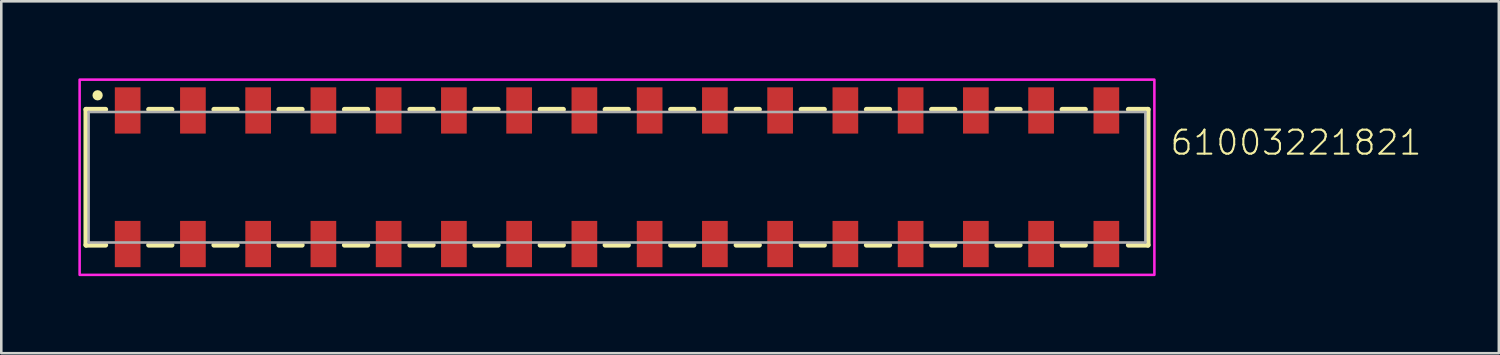
<source format=kicad_pcb>
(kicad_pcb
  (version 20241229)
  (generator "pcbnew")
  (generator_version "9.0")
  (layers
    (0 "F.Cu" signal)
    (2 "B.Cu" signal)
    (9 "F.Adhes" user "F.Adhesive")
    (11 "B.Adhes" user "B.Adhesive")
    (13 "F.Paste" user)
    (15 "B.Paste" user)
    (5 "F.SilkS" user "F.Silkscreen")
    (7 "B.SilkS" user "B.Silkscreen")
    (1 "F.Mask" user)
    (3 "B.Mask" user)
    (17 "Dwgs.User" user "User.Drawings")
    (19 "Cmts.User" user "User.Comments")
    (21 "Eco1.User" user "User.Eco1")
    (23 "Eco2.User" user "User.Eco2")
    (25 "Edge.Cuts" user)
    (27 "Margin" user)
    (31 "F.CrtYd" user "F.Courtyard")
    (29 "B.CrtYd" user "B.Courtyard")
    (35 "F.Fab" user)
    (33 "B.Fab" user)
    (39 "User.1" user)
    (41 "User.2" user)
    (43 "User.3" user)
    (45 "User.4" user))
  (footprint "61003221821"
    (layer "F.Cu")
    (at 20.97 3.85)
    (property "Reference" "61003221821" (at 21.48 -0.8 0) (unlocked yes) (layer "F.SilkS") (effects (font (size 0.935 0.935) (thickness 0.081)) (justify left bottom)))
    (fp_line (start -20.67 -2.64) (end -20.67 2.64) (stroke (width 0.2) (type solid)) (layer "F.SilkS"))
    (fp_line (start -19.91 -2.64) (end -20.67 -2.64) (stroke (width 0.2) (type solid)) (layer "F.SilkS"))
    (fp_line (start -19.91 2.64) (end -20.67 2.64) (stroke (width 0.2) (type solid)) (layer "F.SilkS"))
    (fp_line (start -18.23 -2.64) (end -17.33 -2.64) (stroke (width 0.2) (type solid)) (layer "F.SilkS"))
    (fp_line (start -18.23 2.64) (end -17.33 2.64) (stroke (width 0.2) (type solid)) (layer "F.SilkS"))
    (fp_line (start -15.69 -2.64) (end -14.79 -2.64) (stroke (width 0.2) (type solid)) (layer "F.SilkS"))
    (fp_line (start -15.69 2.64) (end -14.79 2.64) (stroke (width 0.2) (type solid)) (layer "F.SilkS"))
    (fp_line (start -13.16 -2.64) (end -12.26 -2.64) (stroke (width 0.2) (type solid)) (layer "F.SilkS"))
    (fp_line (start -13.16 2.64) (end -12.26 2.64) (stroke (width 0.2) (type solid)) (layer "F.SilkS"))
    (fp_line (start -10.61 -2.64) (end -9.71 -2.64) (stroke (width 0.2) (type solid)) (layer "F.SilkS"))
    (fp_line (start -9.71 2.64) (end -10.61 2.64) (stroke (width 0.2) (type solid)) (layer "F.SilkS"))
    (fp_line (start -8.06 -2.64) (end -7.16 -2.64) (stroke (width 0.2) (type solid)) (layer "F.SilkS"))
    (fp_line (start -8.06 2.64) (end -7.16 2.64) (stroke (width 0.2) (type solid)) (layer "F.SilkS"))
    (fp_line (start -5.53 -2.64) (end -4.63 -2.64) (stroke (width 0.2) (type solid)) (layer "F.SilkS"))
    (fp_line (start -5.53 2.64) (end -4.63 2.64) (stroke (width 0.2) (type solid)) (layer "F.SilkS"))
    (fp_line (start -2.09 -2.64) (end -2.99 -2.64) (stroke (width 0.2) (type solid)) (layer "F.SilkS"))
    (fp_line (start -2.09 2.64) (end -2.99 2.64) (stroke (width 0.2) (type solid)) (layer "F.SilkS"))
    (fp_line (start 0.44 -2.64) (end -0.46 -2.64) (stroke (width 0.2) (type solid)) (layer "F.SilkS"))
    (fp_line (start 0.44 2.64) (end -0.46 2.64) (stroke (width 0.2) (type solid)) (layer "F.SilkS"))
    (fp_line (start 2.09 -2.64) (end 2.99 -2.64) (stroke (width 0.2) (type solid)) (layer "F.SilkS"))
    (fp_line (start 2.99 2.64) (end 2.09 2.64) (stroke (width 0.2) (type solid)) (layer "F.SilkS"))
    (fp_line (start 5.54 -2.64) (end 4.64 -2.64) (stroke (width 0.2) (type solid)) (layer "F.SilkS"))
    (fp_line (start 5.54 2.64) (end 4.64 2.64) (stroke (width 0.2) (type solid)) (layer "F.SilkS"))
    (fp_line (start 8.07 -2.64) (end 7.17 -2.64) (stroke (width 0.2) (type solid)) (layer "F.SilkS"))
    (fp_line (start 8.07 2.64) (end 7.17 2.64) (stroke (width 0.2) (type solid)) (layer "F.SilkS"))
    (fp_line (start 10.61 -2.64) (end 9.71 -2.64) (stroke (width 0.2) (type solid)) (layer "F.SilkS"))
    (fp_line (start 10.61 2.64) (end 9.71 2.64) (stroke (width 0.2) (type solid)) (layer "F.SilkS"))
    (fp_line (start 13.15 -2.64) (end 12.25 -2.64) (stroke (width 0.2) (type solid)) (layer "F.SilkS"))
    (fp_line (start 13.15 2.64) (end 12.25 2.64) (stroke (width 0.2) (type solid)) (layer "F.SilkS"))
    (fp_line (start 15.69 -2.64) (end 14.79 -2.64) (stroke (width 0.2) (type solid)) (layer "F.SilkS"))
    (fp_line (start 15.69 2.64) (end 14.79 2.64) (stroke (width 0.2) (type solid)) (layer "F.SilkS"))
    (fp_line (start 18.23 -2.64) (end 17.33 -2.64) (stroke (width 0.2) (type solid)) (layer "F.SilkS"))
    (fp_line (start 18.23 2.64) (end 17.33 2.64) (stroke (width 0.2) (type solid)) (layer "F.SilkS"))
    (fp_line (start 19.91 -2.64) (end 20.67 -2.64) (stroke (width 0.2) (type solid)) (layer "F.SilkS"))
    (fp_line (start 19.91 2.64) (end 20.67 2.64) (stroke (width 0.2) (type solid)) (layer "F.SilkS"))
    (fp_line (start 20.67 2.64) (end 20.67 -2.64) (stroke (width 0.2) (type solid)) (layer "F.SilkS"))
    (fp_circle (center -20.22 -3.19) (end -20.12 -3.19) (stroke (width 0.2) (type solid)) (fill no) (layer "F.SilkS"))
    (fp_poly (pts (xy 20.92 3.8) (xy -20.92 3.8) (xy -20.92 -3.8) (xy 20.92 -3.8)) (stroke (width 0.1) (type default)) (fill no) (layer "F.CrtYd"))
    (fp_line (start -20.57 -2.54) (end -20.57 2.54) (stroke (width 0.1) (type solid)) (layer "F.Fab"))
    (fp_line (start -20.57 2.54) (end 20.57 2.54) (stroke (width 0.1) (type solid)) (layer "F.Fab"))
    (fp_line (start 20.57 -2.54) (end -20.57 -2.54) (stroke (width 0.1) (type solid)) (layer "F.Fab"))
    (fp_line (start 20.57 2.54) (end 20.57 -2.54) (stroke (width 0.1) (type solid)) (layer "F.Fab"))
    (pad "1" smd rect (at -19.05 -2.6) (size 1 1.8) (layers "F.Cu" "F.Mask" "F.Paste"))
    (pad "2" smd rect (at -19.05 2.6) (size 1 1.8) (layers "F.Cu" "F.Mask" "F.Paste"))
    (pad "3" smd rect (at -16.51 -2.6) (size 1 1.8) (layers "F.Cu" "F.Mask" "F.Paste"))
    (pad "4" smd rect (at -16.51 2.6) (size 1 1.8) (layers "F.Cu" "F.Mask" "F.Paste"))
    (pad "5" smd rect (at -13.97 -2.6) (size 1 1.8) (layers "F.Cu" "F.Mask" "F.Paste"))
    (pad "6" smd rect (at -13.97 2.6) (size 1 1.8) (layers "F.Cu" "F.Mask" "F.Paste"))
    (pad "7" smd rect (at -11.43 -2.6) (size 1 1.8) (layers "F.Cu" "F.Mask" "F.Paste"))
    (pad "8" smd rect (at -11.43 2.6) (size 1 1.8) (layers "F.Cu" "F.Mask" "F.Paste"))
    (pad "9" smd rect (at -8.89 -2.6) (size 1 1.8) (layers "F.Cu" "F.Mask" "F.Paste"))
    (pad "10" smd rect (at -8.89 2.6) (size 1 1.8) (layers "F.Cu" "F.Mask" "F.Paste"))
    (pad "11" smd rect (at -6.35 -2.6) (size 1 1.8) (layers "F.Cu" "F.Mask" "F.Paste"))
    (pad "12" smd rect (at -6.35 2.6) (size 1 1.8) (layers "F.Cu" "F.Mask" "F.Paste"))
    (pad "13" smd rect (at -3.81 -2.6) (size 1 1.8) (layers "F.Cu" "F.Mask" "F.Paste"))
    (pad "14" smd rect (at -3.81 2.6) (size 1 1.8) (layers "F.Cu" "F.Mask" "F.Paste"))
    (pad "15" smd rect (at -1.27 -2.6) (size 1 1.8) (layers "F.Cu" "F.Mask" "F.Paste"))
    (pad "16" smd rect (at -1.27 2.6) (size 1 1.8) (layers "F.Cu" "F.Mask" "F.Paste"))
    (pad "17" smd rect (at 1.27 -2.6) (size 1 1.8) (layers "F.Cu" "F.Mask" "F.Paste"))
    (pad "18" smd rect (at 1.27 2.6) (size 1 1.8) (layers "F.Cu" "F.Mask" "F.Paste"))
    (pad "19" smd rect (at 3.81 -2.6) (size 1 1.8) (layers "F.Cu" "F.Mask" "F.Paste"))
    (pad "20" smd rect (at 3.81 2.6) (size 1 1.8) (layers "F.Cu" "F.Mask" "F.Paste"))
    (pad "21" smd rect (at 6.35 -2.6) (size 1 1.8) (layers "F.Cu" "F.Mask" "F.Paste"))
    (pad "22" smd rect (at 6.35 2.6) (size 1 1.8) (layers "F.Cu" "F.Mask" "F.Paste"))
    (pad "23" smd rect (at 8.89 -2.6) (size 1 1.8) (layers "F.Cu" "F.Mask" "F.Paste"))
    (pad "24" smd rect (at 8.89 2.6) (size 1 1.8) (layers "F.Cu" "F.Mask" "F.Paste"))
    (pad "25" smd rect (at 11.43 -2.6) (size 1 1.8) (layers "F.Cu" "F.Mask" "F.Paste"))
    (pad "26" smd rect (at 11.43 2.6) (size 1 1.8) (layers "F.Cu" "F.Mask" "F.Paste"))
    (pad "27" smd rect (at 13.97 -2.6) (size 1 1.8) (layers "F.Cu" "F.Mask" "F.Paste"))
    (pad "28" smd rect (at 13.97 2.6) (size 1 1.8) (layers "F.Cu" "F.Mask" "F.Paste"))
    (pad "29" smd rect (at 16.51 -2.6) (size 1 1.8) (layers "F.Cu" "F.Mask" "F.Paste"))
    (pad "30" smd rect (at 16.51 2.6) (size 1 1.8) (layers "F.Cu" "F.Mask" "F.Paste"))
    (pad "31" smd rect (at 19.05 -2.6) (size 1 1.8) (layers "F.Cu" "F.Mask" "F.Paste"))
    (pad "32" smd rect (at 19.05 2.6) (size 1 1.8) (layers "F.Cu" "F.Mask" "F.Paste")))
  (gr_rect
    (start -3 -3)
    (end 55.299 10.7)
    (stroke (width 0.1) (type default))
    (fill no)
    (layer "Edge.Cuts")))
</source>
